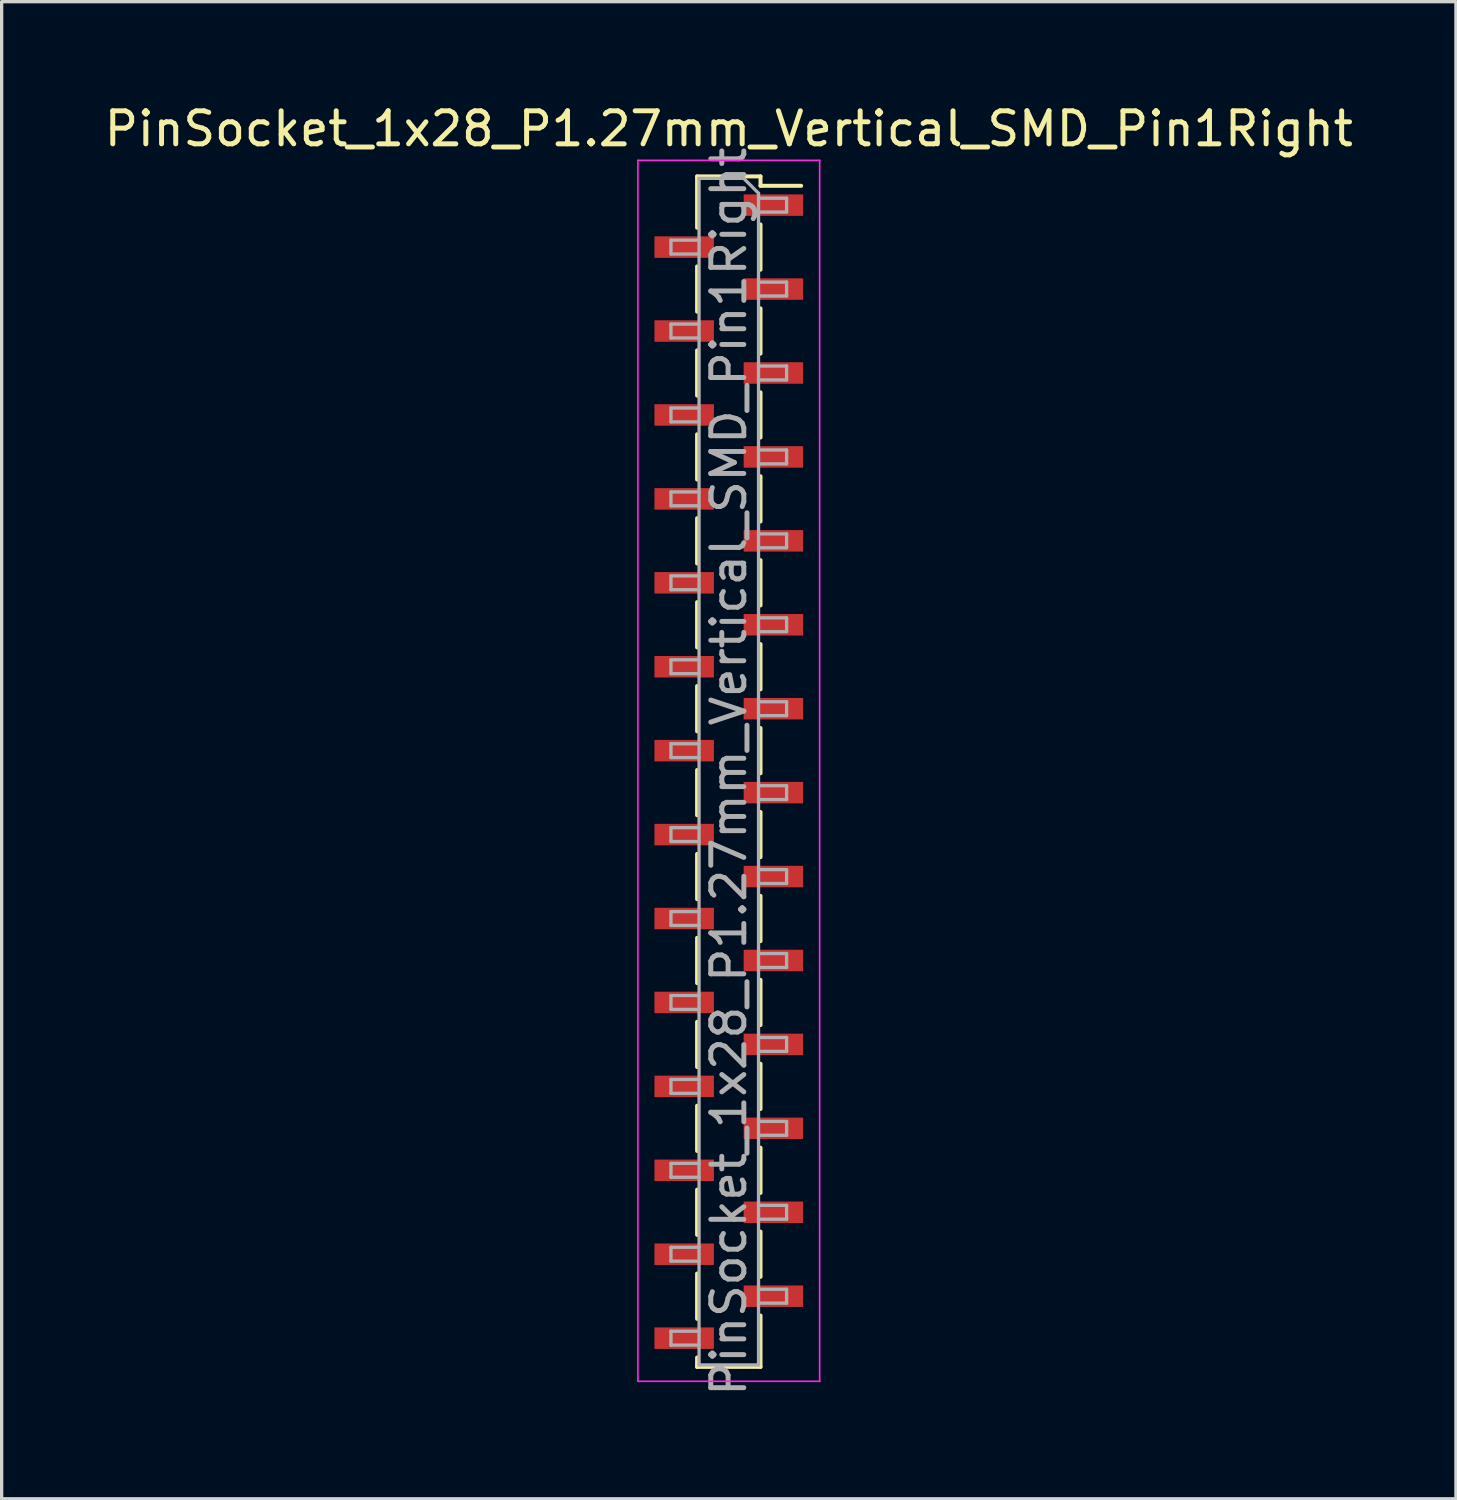
<source format=kicad_pcb>
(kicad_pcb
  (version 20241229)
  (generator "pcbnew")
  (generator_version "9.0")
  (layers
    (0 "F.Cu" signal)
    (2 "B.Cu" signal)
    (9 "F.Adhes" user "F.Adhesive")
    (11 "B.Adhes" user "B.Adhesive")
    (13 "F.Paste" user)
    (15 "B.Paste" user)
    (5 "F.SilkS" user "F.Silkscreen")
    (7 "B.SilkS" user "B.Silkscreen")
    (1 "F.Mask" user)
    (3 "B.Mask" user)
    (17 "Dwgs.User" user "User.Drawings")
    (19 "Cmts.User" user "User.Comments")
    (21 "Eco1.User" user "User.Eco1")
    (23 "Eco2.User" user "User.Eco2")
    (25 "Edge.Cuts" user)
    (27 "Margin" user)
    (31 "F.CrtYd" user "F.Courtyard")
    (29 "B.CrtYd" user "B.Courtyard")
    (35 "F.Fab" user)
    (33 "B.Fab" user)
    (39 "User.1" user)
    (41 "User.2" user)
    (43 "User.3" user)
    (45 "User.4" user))
  (footprint "PinSocket_1x28_P1.27mm_Vertical_SMD_Pin1Right"
    (layer "F.Cu")
    (at 19.006 20.303)
    (property "Reference" "PinSocket_1x28_P1.27mm_Vertical_SMD_Pin1Right" (at 0 -19.455 0) (layer "F.SilkS") (effects (font (size 1 1) (thickness 0.15))))
    (attr smd)
    (fp_line (start -0.96 -18.015) (end -0.96 -16.46) (stroke (width 0.12) (type solid)) (layer "F.SilkS"))
    (fp_line (start -0.96 -18.015) (end 0.96 -18.015) (stroke (width 0.12) (type solid)) (layer "F.SilkS"))
    (fp_line (start -0.96 -15.29) (end -0.96 -13.92) (stroke (width 0.12) (type solid)) (layer "F.SilkS"))
    (fp_line (start -0.96 -12.75) (end -0.96 -11.38) (stroke (width 0.12) (type solid)) (layer "F.SilkS"))
    (fp_line (start -0.96 -10.21) (end -0.96 -8.84) (stroke (width 0.12) (type solid)) (layer "F.SilkS"))
    (fp_line (start -0.96 -7.67) (end -0.96 -6.3) (stroke (width 0.12) (type solid)) (layer "F.SilkS"))
    (fp_line (start -0.96 -5.13) (end -0.96 -3.76) (stroke (width 0.12) (type solid)) (layer "F.SilkS"))
    (fp_line (start -0.96 -2.59) (end -0.96 -1.22) (stroke (width 0.12) (type solid)) (layer "F.SilkS"))
    (fp_line (start -0.96 -0.05) (end -0.96 1.32) (stroke (width 0.12) (type solid)) (layer "F.SilkS"))
    (fp_line (start -0.96 2.49) (end -0.96 3.86) (stroke (width 0.12) (type solid)) (layer "F.SilkS"))
    (fp_line (start -0.96 5.03) (end -0.96 6.4) (stroke (width 0.12) (type solid)) (layer "F.SilkS"))
    (fp_line (start -0.96 7.57) (end -0.96 8.94) (stroke (width 0.12) (type solid)) (layer "F.SilkS"))
    (fp_line (start -0.96 10.11) (end -0.96 11.48) (stroke (width 0.12) (type solid)) (layer "F.SilkS"))
    (fp_line (start -0.96 12.65) (end -0.96 14.02) (stroke (width 0.12) (type solid)) (layer "F.SilkS"))
    (fp_line (start -0.96 15.19) (end -0.96 16.56) (stroke (width 0.12) (type solid)) (layer "F.SilkS"))
    (fp_line (start -0.96 17.73) (end -0.96 18.015) (stroke (width 0.12) (type solid)) (layer "F.SilkS"))
    (fp_line (start -0.96 18.015) (end 0.96 18.015) (stroke (width 0.12) (type solid)) (layer "F.SilkS"))
    (fp_line (start 0.96 -18.015) (end 0.96 -17.73) (stroke (width 0.12) (type solid)) (layer "F.SilkS"))
    (fp_line (start 0.96 -17.73) (end 2.19 -17.73) (stroke (width 0.12) (type solid)) (layer "F.SilkS"))
    (fp_line (start 0.96 -16.56) (end 0.96 -15.19) (stroke (width 0.12) (type solid)) (layer "F.SilkS"))
    (fp_line (start 0.96 -14.02) (end 0.96 -12.65) (stroke (width 0.12) (type solid)) (layer "F.SilkS"))
    (fp_line (start 0.96 -11.48) (end 0.96 -10.11) (stroke (width 0.12) (type solid)) (layer "F.SilkS"))
    (fp_line (start 0.96 -8.94) (end 0.96 -7.57) (stroke (width 0.12) (type solid)) (layer "F.SilkS"))
    (fp_line (start 0.96 -6.4) (end 0.96 -5.03) (stroke (width 0.12) (type solid)) (layer "F.SilkS"))
    (fp_line (start 0.96 -3.86) (end 0.96 -2.49) (stroke (width 0.12) (type solid)) (layer "F.SilkS"))
    (fp_line (start 0.96 -1.32) (end 0.96 0.05) (stroke (width 0.12) (type solid)) (layer "F.SilkS"))
    (fp_line (start 0.96 1.22) (end 0.96 2.59) (stroke (width 0.12) (type solid)) (layer "F.SilkS"))
    (fp_line (start 0.96 3.76) (end 0.96 5.13) (stroke (width 0.12) (type solid)) (layer "F.SilkS"))
    (fp_line (start 0.96 6.3) (end 0.96 7.67) (stroke (width 0.12) (type solid)) (layer "F.SilkS"))
    (fp_line (start 0.96 8.84) (end 0.96 10.21) (stroke (width 0.12) (type solid)) (layer "F.SilkS"))
    (fp_line (start 0.96 11.38) (end 0.96 12.75) (stroke (width 0.12) (type solid)) (layer "F.SilkS"))
    (fp_line (start 0.96 13.92) (end 0.96 15.29) (stroke (width 0.12) (type solid)) (layer "F.SilkS"))
    (fp_line (start 0.96 16.46) (end 0.96 18.015) (stroke (width 0.12) (type solid)) (layer "F.SilkS"))
    (fp_line (start -2.75 -18.5) (end 2.75 -18.5) (stroke (width 0.05) (type solid)) (layer "F.CrtYd"))
    (fp_line (start -2.75 18.45) (end -2.75 -18.5) (stroke (width 0.05) (type solid)) (layer "F.CrtYd"))
    (fp_line (start 2.75 -18.5) (end 2.75 18.45) (stroke (width 0.05) (type solid)) (layer "F.CrtYd"))
    (fp_line (start 2.75 18.45) (end -2.75 18.45) (stroke (width 0.05) (type solid)) (layer "F.CrtYd"))
    (fp_line (start -1.75 -16.085) (end -0.9 -16.085) (stroke (width 0.1) (type solid)) (layer "F.Fab"))
    (fp_line (start -1.75 -15.665) (end -1.75 -16.085) (stroke (width 0.1) (type solid)) (layer "F.Fab"))
    (fp_line (start -1.75 -13.545) (end -0.9 -13.545) (stroke (width 0.1) (type solid)) (layer "F.Fab"))
    (fp_line (start -1.75 -13.125) (end -1.75 -13.545) (stroke (width 0.1) (type solid)) (layer "F.Fab"))
    (fp_line (start -1.75 -11.005) (end -0.9 -11.005) (stroke (width 0.1) (type solid)) (layer "F.Fab"))
    (fp_line (start -1.75 -10.585) (end -1.75 -11.005) (stroke (width 0.1) (type solid)) (layer "F.Fab"))
    (fp_line (start -1.75 -8.465) (end -0.9 -8.465) (stroke (width 0.1) (type solid)) (layer "F.Fab"))
    (fp_line (start -1.75 -8.045) (end -1.75 -8.465) (stroke (width 0.1) (type solid)) (layer "F.Fab"))
    (fp_line (start -1.75 -5.925) (end -0.9 -5.925) (stroke (width 0.1) (type solid)) (layer "F.Fab"))
    (fp_line (start -1.75 -5.505) (end -1.75 -5.925) (stroke (width 0.1) (type solid)) (layer "F.Fab"))
    (fp_line (start -1.75 -3.385) (end -0.9 -3.385) (stroke (width 0.1) (type solid)) (layer "F.Fab"))
    (fp_line (start -1.75 -2.965) (end -1.75 -3.385) (stroke (width 0.1) (type solid)) (layer "F.Fab"))
    (fp_line (start -1.75 -0.845) (end -0.9 -0.845) (stroke (width 0.1) (type solid)) (layer "F.Fab"))
    (fp_line (start -1.75 -0.425) (end -1.75 -0.845) (stroke (width 0.1) (type solid)) (layer "F.Fab"))
    (fp_line (start -1.75 1.695) (end -0.9 1.695) (stroke (width 0.1) (type solid)) (layer "F.Fab"))
    (fp_line (start -1.75 2.115) (end -1.75 1.695) (stroke (width 0.1) (type solid)) (layer "F.Fab"))
    (fp_line (start -1.75 4.235) (end -0.9 4.235) (stroke (width 0.1) (type solid)) (layer "F.Fab"))
    (fp_line (start -1.75 4.655) (end -1.75 4.235) (stroke (width 0.1) (type solid)) (layer "F.Fab"))
    (fp_line (start -1.75 6.775) (end -0.9 6.775) (stroke (width 0.1) (type solid)) (layer "F.Fab"))
    (fp_line (start -1.75 7.195) (end -1.75 6.775) (stroke (width 0.1) (type solid)) (layer "F.Fab"))
    (fp_line (start -1.75 9.315) (end -0.9 9.315) (stroke (width 0.1) (type solid)) (layer "F.Fab"))
    (fp_line (start -1.75 9.735) (end -1.75 9.315) (stroke (width 0.1) (type solid)) (layer "F.Fab"))
    (fp_line (start -1.75 11.855) (end -0.9 11.855) (stroke (width 0.1) (type solid)) (layer "F.Fab"))
    (fp_line (start -1.75 12.275) (end -1.75 11.855) (stroke (width 0.1) (type solid)) (layer "F.Fab"))
    (fp_line (start -1.75 14.395) (end -0.9 14.395) (stroke (width 0.1) (type solid)) (layer "F.Fab"))
    (fp_line (start -1.75 14.815) (end -1.75 14.395) (stroke (width 0.1) (type solid)) (layer "F.Fab"))
    (fp_line (start -1.75 16.935) (end -0.9 16.935) (stroke (width 0.1) (type solid)) (layer "F.Fab"))
    (fp_line (start -1.75 17.355) (end -1.75 16.935) (stroke (width 0.1) (type solid)) (layer "F.Fab"))
    (fp_line (start -0.9 -17.955) (end 0.45 -17.955) (stroke (width 0.1) (type solid)) (layer "F.Fab"))
    (fp_line (start -0.9 -15.665) (end -1.75 -15.665) (stroke (width 0.1) (type solid)) (layer "F.Fab"))
    (fp_line (start -0.9 -13.125) (end -1.75 -13.125) (stroke (width 0.1) (type solid)) (layer "F.Fab"))
    (fp_line (start -0.9 -10.585) (end -1.75 -10.585) (stroke (width 0.1) (type solid)) (layer "F.Fab"))
    (fp_line (start -0.9 -8.045) (end -1.75 -8.045) (stroke (width 0.1) (type solid)) (layer "F.Fab"))
    (fp_line (start -0.9 -5.505) (end -1.75 -5.505) (stroke (width 0.1) (type solid)) (layer "F.Fab"))
    (fp_line (start -0.9 -2.965) (end -1.75 -2.965) (stroke (width 0.1) (type solid)) (layer "F.Fab"))
    (fp_line (start -0.9 -0.425) (end -1.75 -0.425) (stroke (width 0.1) (type solid)) (layer "F.Fab"))
    (fp_line (start -0.9 2.115) (end -1.75 2.115) (stroke (width 0.1) (type solid)) (layer "F.Fab"))
    (fp_line (start -0.9 4.655) (end -1.75 4.655) (stroke (width 0.1) (type solid)) (layer "F.Fab"))
    (fp_line (start -0.9 7.195) (end -1.75 7.195) (stroke (width 0.1) (type solid)) (layer "F.Fab"))
    (fp_line (start -0.9 9.735) (end -1.75 9.735) (stroke (width 0.1) (type solid)) (layer "F.Fab"))
    (fp_line (start -0.9 12.275) (end -1.75 12.275) (stroke (width 0.1) (type solid)) (layer "F.Fab"))
    (fp_line (start -0.9 14.815) (end -1.75 14.815) (stroke (width 0.1) (type solid)) (layer "F.Fab"))
    (fp_line (start -0.9 17.355) (end -1.75 17.355) (stroke (width 0.1) (type solid)) (layer "F.Fab"))
    (fp_line (start -0.9 17.955) (end -0.9 -17.955) (stroke (width 0.1) (type solid)) (layer "F.Fab"))
    (fp_line (start 0.45 -17.955) (end 0.9 -17.505) (stroke (width 0.1) (type solid)) (layer "F.Fab"))
    (fp_line (start 0.9 -17.505) (end 0.9 17.955) (stroke (width 0.1) (type solid)) (layer "F.Fab"))
    (fp_line (start 0.9 -17.355) (end 1.75 -17.355) (stroke (width 0.1) (type solid)) (layer "F.Fab"))
    (fp_line (start 0.9 -14.815) (end 1.75 -14.815) (stroke (width 0.1) (type solid)) (layer "F.Fab"))
    (fp_line (start 0.9 -12.275) (end 1.75 -12.275) (stroke (width 0.1) (type solid)) (layer "F.Fab"))
    (fp_line (start 0.9 -9.735) (end 1.75 -9.735) (stroke (width 0.1) (type solid)) (layer "F.Fab"))
    (fp_line (start 0.9 -7.195) (end 1.75 -7.195) (stroke (width 0.1) (type solid)) (layer "F.Fab"))
    (fp_line (start 0.9 -4.655) (end 1.75 -4.655) (stroke (width 0.1) (type solid)) (layer "F.Fab"))
    (fp_line (start 0.9 -2.115) (end 1.75 -2.115) (stroke (width 0.1) (type solid)) (layer "F.Fab"))
    (fp_line (start 0.9 0.425) (end 1.75 0.425) (stroke (width 0.1) (type solid)) (layer "F.Fab"))
    (fp_line (start 0.9 2.965) (end 1.75 2.965) (stroke (width 0.1) (type solid)) (layer "F.Fab"))
    (fp_line (start 0.9 5.505) (end 1.75 5.505) (stroke (width 0.1) (type solid)) (layer "F.Fab"))
    (fp_line (start 0.9 8.045) (end 1.75 8.045) (stroke (width 0.1) (type solid)) (layer "F.Fab"))
    (fp_line (start 0.9 10.585) (end 1.75 10.585) (stroke (width 0.1) (type solid)) (layer "F.Fab"))
    (fp_line (start 0.9 13.125) (end 1.75 13.125) (stroke (width 0.1) (type solid)) (layer "F.Fab"))
    (fp_line (start 0.9 15.665) (end 1.75 15.665) (stroke (width 0.1) (type solid)) (layer "F.Fab"))
    (fp_line (start 0.9 17.955) (end -0.9 17.955) (stroke (width 0.1) (type solid)) (layer "F.Fab"))
    (fp_line (start 1.75 -17.355) (end 1.75 -16.935) (stroke (width 0.1) (type solid)) (layer "F.Fab"))
    (fp_line (start 1.75 -16.935) (end 0.9 -16.935) (stroke (width 0.1) (type solid)) (layer "F.Fab"))
    (fp_line (start 1.75 -14.815) (end 1.75 -14.395) (stroke (width 0.1) (type solid)) (layer "F.Fab"))
    (fp_line (start 1.75 -14.395) (end 0.9 -14.395) (stroke (width 0.1) (type solid)) (layer "F.Fab"))
    (fp_line (start 1.75 -12.275) (end 1.75 -11.855) (stroke (width 0.1) (type solid)) (layer "F.Fab"))
    (fp_line (start 1.75 -11.855) (end 0.9 -11.855) (stroke (width 0.1) (type solid)) (layer "F.Fab"))
    (fp_line (start 1.75 -9.735) (end 1.75 -9.315) (stroke (width 0.1) (type solid)) (layer "F.Fab"))
    (fp_line (start 1.75 -9.315) (end 0.9 -9.315) (stroke (width 0.1) (type solid)) (layer "F.Fab"))
    (fp_line (start 1.75 -7.195) (end 1.75 -6.775) (stroke (width 0.1) (type solid)) (layer "F.Fab"))
    (fp_line (start 1.75 -6.775) (end 0.9 -6.775) (stroke (width 0.1) (type solid)) (layer "F.Fab"))
    (fp_line (start 1.75 -4.655) (end 1.75 -4.235) (stroke (width 0.1) (type solid)) (layer "F.Fab"))
    (fp_line (start 1.75 -4.235) (end 0.9 -4.235) (stroke (width 0.1) (type solid)) (layer "F.Fab"))
    (fp_line (start 1.75 -2.115) (end 1.75 -1.695) (stroke (width 0.1) (type solid)) (layer "F.Fab"))
    (fp_line (start 1.75 -1.695) (end 0.9 -1.695) (stroke (width 0.1) (type solid)) (layer "F.Fab"))
    (fp_line (start 1.75 0.425) (end 1.75 0.845) (stroke (width 0.1) (type solid)) (layer "F.Fab"))
    (fp_line (start 1.75 0.845) (end 0.9 0.845) (stroke (width 0.1) (type solid)) (layer "F.Fab"))
    (fp_line (start 1.75 2.965) (end 1.75 3.385) (stroke (width 0.1) (type solid)) (layer "F.Fab"))
    (fp_line (start 1.75 3.385) (end 0.9 3.385) (stroke (width 0.1) (type solid)) (layer "F.Fab"))
    (fp_line (start 1.75 5.505) (end 1.75 5.925) (stroke (width 0.1) (type solid)) (layer "F.Fab"))
    (fp_line (start 1.75 5.925) (end 0.9 5.925) (stroke (width 0.1) (type solid)) (layer "F.Fab"))
    (fp_line (start 1.75 8.045) (end 1.75 8.465) (stroke (width 0.1) (type solid)) (layer "F.Fab"))
    (fp_line (start 1.75 8.465) (end 0.9 8.465) (stroke (width 0.1) (type solid)) (layer "F.Fab"))
    (fp_line (start 1.75 10.585) (end 1.75 11.005) (stroke (width 0.1) (type solid)) (layer "F.Fab"))
    (fp_line (start 1.75 11.005) (end 0.9 11.005) (stroke (width 0.1) (type solid)) (layer "F.Fab"))
    (fp_line (start 1.75 13.125) (end 1.75 13.545) (stroke (width 0.1) (type solid)) (layer "F.Fab"))
    (fp_line (start 1.75 13.545) (end 0.9 13.545) (stroke (width 0.1) (type solid)) (layer "F.Fab"))
    (fp_line (start 1.75 15.665) (end 1.75 16.085) (stroke (width 0.1) (type solid)) (layer "F.Fab"))
    (fp_line (start 1.75 16.085) (end 0.9 16.085) (stroke (width 0.1) (type solid)) (layer "F.Fab"))
    (fp_text user "${REFERENCE}" (at 0 0 90) (layer "F.Fab") (effects (font (size 1 1) (thickness 0.15))))
    (pad "1" smd rect (at 1.35 -17.145) (size 1.8 0.65) (layers "F.Cu" "F.Mask" "F.Paste"))
    (pad "2" smd rect (at -1.35 -15.875) (size 1.8 0.65) (layers "F.Cu" "F.Mask" "F.Paste"))
    (pad "3" smd rect (at 1.35 -14.605) (size 1.8 0.65) (layers "F.Cu" "F.Mask" "F.Paste"))
    (pad "4" smd rect (at -1.35 -13.335) (size 1.8 0.65) (layers "F.Cu" "F.Mask" "F.Paste"))
    (pad "5" smd rect (at 1.35 -12.065) (size 1.8 0.65) (layers "F.Cu" "F.Mask" "F.Paste"))
    (pad "6" smd rect (at -1.35 -10.795) (size 1.8 0.65) (layers "F.Cu" "F.Mask" "F.Paste"))
    (pad "7" smd rect (at 1.35 -9.525) (size 1.8 0.65) (layers "F.Cu" "F.Mask" "F.Paste"))
    (pad "8" smd rect (at -1.35 -8.255) (size 1.8 0.65) (layers "F.Cu" "F.Mask" "F.Paste"))
    (pad "9" smd rect (at 1.35 -6.985) (size 1.8 0.65) (layers "F.Cu" "F.Mask" "F.Paste"))
    (pad "10" smd rect (at -1.35 -5.715) (size 1.8 0.65) (layers "F.Cu" "F.Mask" "F.Paste"))
    (pad "11" smd rect (at 1.35 -4.445) (size 1.8 0.65) (layers "F.Cu" "F.Mask" "F.Paste"))
    (pad "12" smd rect (at -1.35 -3.175) (size 1.8 0.65) (layers "F.Cu" "F.Mask" "F.Paste"))
    (pad "13" smd rect (at 1.35 -1.905) (size 1.8 0.65) (layers "F.Cu" "F.Mask" "F.Paste"))
    (pad "14" smd rect (at -1.35 -0.635) (size 1.8 0.65) (layers "F.Cu" "F.Mask" "F.Paste"))
    (pad "15" smd rect (at 1.35 0.635) (size 1.8 0.65) (layers "F.Cu" "F.Mask" "F.Paste"))
    (pad "16" smd rect (at -1.35 1.905) (size 1.8 0.65) (layers "F.Cu" "F.Mask" "F.Paste"))
    (pad "17" smd rect (at 1.35 3.175) (size 1.8 0.65) (layers "F.Cu" "F.Mask" "F.Paste"))
    (pad "18" smd rect (at -1.35 4.445) (size 1.8 0.65) (layers "F.Cu" "F.Mask" "F.Paste"))
    (pad "19" smd rect (at 1.35 5.715) (size 1.8 0.65) (layers "F.Cu" "F.Mask" "F.Paste"))
    (pad "20" smd rect (at -1.35 6.985) (size 1.8 0.65) (layers "F.Cu" "F.Mask" "F.Paste"))
    (pad "21" smd rect (at 1.35 8.255) (size 1.8 0.65) (layers "F.Cu" "F.Mask" "F.Paste"))
    (pad "22" smd rect (at -1.35 9.525) (size 1.8 0.65) (layers "F.Cu" "F.Mask" "F.Paste"))
    (pad "23" smd rect (at 1.35 10.795) (size 1.8 0.65) (layers "F.Cu" "F.Mask" "F.Paste"))
    (pad "24" smd rect (at -1.35 12.065) (size 1.8 0.65) (layers "F.Cu" "F.Mask" "F.Paste"))
    (pad "25" smd rect (at 1.35 13.335) (size 1.8 0.65) (layers "F.Cu" "F.Mask" "F.Paste"))
    (pad "26" smd rect (at -1.35 14.605) (size 1.8 0.65) (layers "F.Cu" "F.Mask" "F.Paste"))
    (pad "27" smd rect (at 1.35 15.875) (size 1.8 0.65) (layers "F.Cu" "F.Mask" "F.Paste"))
    (pad "28" smd rect (at -1.35 17.145) (size 1.8 0.65) (layers "F.Cu" "F.Mask" "F.Paste")))
  (gr_rect
    (start -3 -3)
    (end 41.012 42.309)
    (stroke (width 0.1) (type default))
    (fill no)
    (layer "Edge.Cuts")))
</source>
